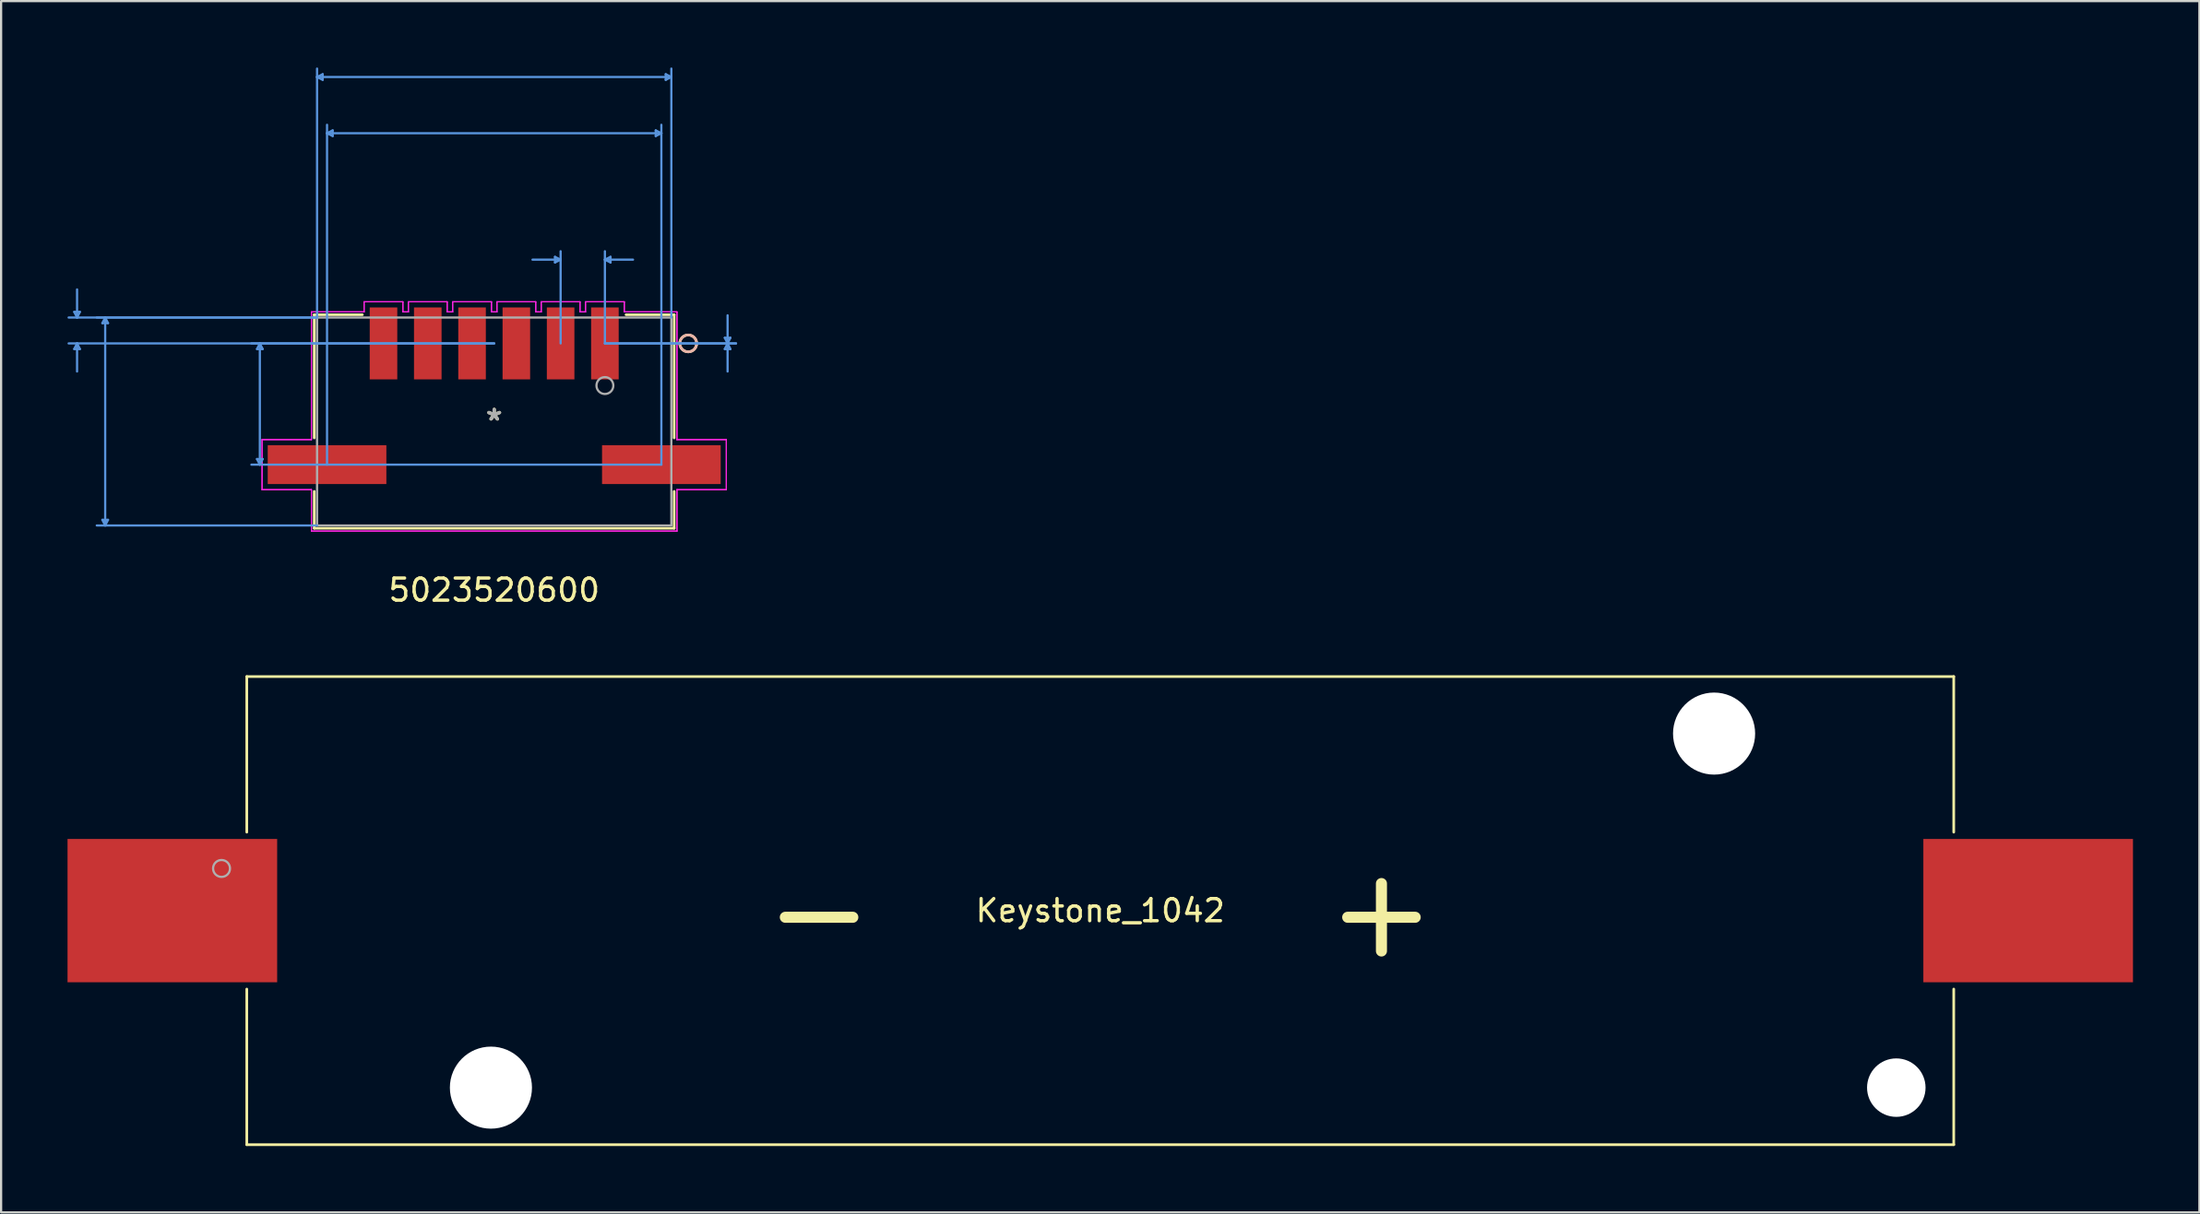
<source format=kicad_pcb>
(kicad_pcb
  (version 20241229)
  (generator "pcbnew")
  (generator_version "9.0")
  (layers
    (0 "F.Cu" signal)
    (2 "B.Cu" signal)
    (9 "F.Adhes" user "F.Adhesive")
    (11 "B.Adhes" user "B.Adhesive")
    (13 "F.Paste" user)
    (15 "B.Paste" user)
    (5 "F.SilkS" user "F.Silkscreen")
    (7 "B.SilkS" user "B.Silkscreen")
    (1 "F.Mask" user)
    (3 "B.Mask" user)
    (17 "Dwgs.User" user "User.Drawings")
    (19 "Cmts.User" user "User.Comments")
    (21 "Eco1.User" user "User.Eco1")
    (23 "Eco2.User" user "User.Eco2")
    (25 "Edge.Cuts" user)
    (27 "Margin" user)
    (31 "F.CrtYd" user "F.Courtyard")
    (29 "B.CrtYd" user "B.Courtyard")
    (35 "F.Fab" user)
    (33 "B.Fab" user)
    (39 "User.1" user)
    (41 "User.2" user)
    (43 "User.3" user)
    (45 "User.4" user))
  (footprint "5023520600"
    (layer "F.Cu")
    (at 19.271 16)
    (property "Reference" "5023520600" (at 0 7.62 0) (layer "F.SilkS") (effects (font (size 1 1) (thickness 0.15))))
    (attr through_hole)
    (fp_line (start -8.128 -4.826) (end -8.128 0.742) (stroke (width 0.12) (type solid)) (layer "F.SilkS"))
    (fp_line (start -8.128 3.16) (end -8.128 4.826) (stroke (width 0.12) (type solid)) (layer "F.SilkS"))
    (fp_line (start -8.128 4.826) (end 8.128 4.826) (stroke (width 0.12) (type solid)) (layer "F.SilkS"))
    (fp_line (start -5.955 -4.826) (end -8.128 -4.826) (stroke (width 0.12) (type solid)) (layer "F.SilkS"))
    (fp_line (start 8.128 -4.826) (end 5.955 -4.826) (stroke (width 0.12) (type solid)) (layer "F.SilkS"))
    (fp_line (start 8.128 0.742) (end 8.128 -4.826) (stroke (width 0.12) (type solid)) (layer "F.SilkS"))
    (fp_line (start 8.128 4.826) (end 8.128 3.16) (stroke (width 0.12) (type solid)) (layer "F.SilkS"))
    (fp_circle (center 8.763 -3.529) (end 9.144 -3.529) (stroke (width 0.12) (type solid)) (fill no) (layer "F.SilkS"))
    (fp_circle (center 8.763 -3.529) (end 9.144 -3.529) (stroke (width 0.12) (type solid)) (fill no) (layer "B.SilkS"))
    (fp_line (start -18.967 -4.953) (end -18.713 -4.953) (stroke (width 0.1) (type solid)) (layer "Cmts.User"))
    (fp_line (start -18.967 -3.275) (end -18.713 -3.275) (stroke (width 0.1) (type solid)) (layer "Cmts.User"))
    (fp_line (start -18.84 -4.699) (end -18.967 -4.953) (stroke (width 0.1) (type solid)) (layer "Cmts.User"))
    (fp_line (start -18.84 -4.699) (end -18.84 -5.969) (stroke (width 0.1) (type solid)) (layer "Cmts.User"))
    (fp_line (start -18.84 -4.699) (end -18.713 -4.953) (stroke (width 0.1) (type solid)) (layer "Cmts.User"))
    (fp_line (start -18.84 -3.529) (end -18.967 -3.275) (stroke (width 0.1) (type solid)) (layer "Cmts.User"))
    (fp_line (start -18.84 -3.529) (end -18.84 -2.259) (stroke (width 0.1) (type solid)) (layer "Cmts.User"))
    (fp_line (start -18.84 -3.529) (end -18.713 -3.275) (stroke (width 0.1) (type solid)) (layer "Cmts.User"))
    (fp_line (start -17.697 -4.445) (end -17.443 -4.445) (stroke (width 0.1) (type solid)) (layer "Cmts.User"))
    (fp_line (start -17.697 4.445) (end -17.443 4.445) (stroke (width 0.1) (type solid)) (layer "Cmts.User"))
    (fp_line (start -17.57 -4.699) (end -17.697 -4.445) (stroke (width 0.1) (type solid)) (layer "Cmts.User"))
    (fp_line (start -17.57 -4.699) (end -17.57 4.699) (stroke (width 0.1) (type solid)) (layer "Cmts.User"))
    (fp_line (start -17.57 -4.699) (end -17.443 -4.445) (stroke (width 0.1) (type solid)) (layer "Cmts.User"))
    (fp_line (start -17.57 4.699) (end -17.697 4.445) (stroke (width 0.1) (type solid)) (layer "Cmts.User"))
    (fp_line (start -17.57 4.699) (end -17.443 4.445) (stroke (width 0.1) (type solid)) (layer "Cmts.User"))
    (fp_line (start -10.712 -3.275) (end -10.458 -3.275) (stroke (width 0.1) (type solid)) (layer "Cmts.User"))
    (fp_line (start -10.712 1.697) (end -10.458 1.697) (stroke (width 0.1) (type solid)) (layer "Cmts.User"))
    (fp_line (start -10.585 -3.529) (end -10.712 -3.275) (stroke (width 0.1) (type solid)) (layer "Cmts.User"))
    (fp_line (start -10.585 -3.529) (end -10.585 1.951) (stroke (width 0.1) (type solid)) (layer "Cmts.User"))
    (fp_line (start -10.585 -3.529) (end -10.458 -3.275) (stroke (width 0.1) (type solid)) (layer "Cmts.User"))
    (fp_line (start -10.585 1.951) (end -10.712 1.697) (stroke (width 0.1) (type solid)) (layer "Cmts.User"))
    (fp_line (start -10.585 1.951) (end -10.458 1.697) (stroke (width 0.1) (type solid)) (layer "Cmts.User"))
    (fp_line (start -8.001 -15.569) (end -7.747 -15.696) (stroke (width 0.1) (type solid)) (layer "Cmts.User"))
    (fp_line (start -8.001 -15.569) (end -7.747 -15.442) (stroke (width 0.1) (type solid)) (layer "Cmts.User"))
    (fp_line (start -8.001 -15.569) (end 8.001 -15.569) (stroke (width 0.1) (type solid)) (layer "Cmts.User"))
    (fp_line (start -8.001 -4.699) (end -19.221 -4.699) (stroke (width 0.1) (type solid)) (layer "Cmts.User"))
    (fp_line (start -8.001 -4.699) (end -17.951 -4.699) (stroke (width 0.1) (type solid)) (layer "Cmts.User"))
    (fp_line (start -8.001 -4.699) (end -8.001 -15.95) (stroke (width 0.1) (type solid)) (layer "Cmts.User"))
    (fp_line (start -8.001 4.699) (end -17.951 4.699) (stroke (width 0.1) (type solid)) (layer "Cmts.User"))
    (fp_line (start -7.747 -15.696) (end -7.747 -15.442) (stroke (width 0.1) (type solid)) (layer "Cmts.User"))
    (fp_line (start -7.55 -13.029) (end -7.296 -13.156) (stroke (width 0.1) (type solid)) (layer "Cmts.User"))
    (fp_line (start -7.55 -13.029) (end -7.296 -12.902) (stroke (width 0.1) (type solid)) (layer "Cmts.User"))
    (fp_line (start -7.55 -13.029) (end 7.55 -13.029) (stroke (width 0.1) (type solid)) (layer "Cmts.User"))
    (fp_line (start -7.55 1.951) (end -7.55 -13.41) (stroke (width 0.1) (type solid)) (layer "Cmts.User"))
    (fp_line (start -7.296 -13.156) (end -7.296 -12.902) (stroke (width 0.1) (type solid)) (layer "Cmts.User"))
    (fp_line (start 0 -3.529) (end -19.221 -3.529) (stroke (width 0.1) (type solid)) (layer "Cmts.User"))
    (fp_line (start 0 -3.529) (end -10.966 -3.529) (stroke (width 0.1) (type solid)) (layer "Cmts.User"))
    (fp_line (start 2.746 -7.441) (end 2.746 -7.187) (stroke (width 0.1) (type solid)) (layer "Cmts.User"))
    (fp_line (start 3 -7.314) (end 1.73 -7.314) (stroke (width 0.1) (type solid)) (layer "Cmts.User"))
    (fp_line (start 3 -7.314) (end 2.746 -7.441) (stroke (width 0.1) (type solid)) (layer "Cmts.User"))
    (fp_line (start 3 -7.314) (end 2.746 -7.187) (stroke (width 0.1) (type solid)) (layer "Cmts.User"))
    (fp_line (start 3 -3.529) (end 3 -7.695) (stroke (width 0.1) (type solid)) (layer "Cmts.User"))
    (fp_line (start 5 -7.314) (end 5.254 -7.441) (stroke (width 0.1) (type solid)) (layer "Cmts.User"))
    (fp_line (start 5 -7.314) (end 5.254 -7.187) (stroke (width 0.1) (type solid)) (layer "Cmts.User"))
    (fp_line (start 5 -7.314) (end 6.27 -7.314) (stroke (width 0.1) (type solid)) (layer "Cmts.User"))
    (fp_line (start 5 -3.529) (end 5 -7.695) (stroke (width 0.1) (type solid)) (layer "Cmts.User"))
    (fp_line (start 5 -3.529) (end 10.922 -3.529) (stroke (width 0.1) (type solid)) (layer "Cmts.User"))
    (fp_line (start 5 -3.529) (end 10.922 -3.529) (stroke (width 0.1) (type solid)) (layer "Cmts.User"))
    (fp_line (start 5.254 -7.441) (end 5.254 -7.187) (stroke (width 0.1) (type solid)) (layer "Cmts.User"))
    (fp_line (start 7.296 -13.156) (end 7.296 -12.902) (stroke (width 0.1) (type solid)) (layer "Cmts.User"))
    (fp_line (start 7.55 -13.029) (end 7.296 -13.156) (stroke (width 0.1) (type solid)) (layer "Cmts.User"))
    (fp_line (start 7.55 -13.029) (end 7.296 -12.902) (stroke (width 0.1) (type solid)) (layer "Cmts.User"))
    (fp_line (start 7.55 1.951) (end -10.966 1.951) (stroke (width 0.1) (type solid)) (layer "Cmts.User"))
    (fp_line (start 7.55 1.951) (end 7.55 -13.41) (stroke (width 0.1) (type solid)) (layer "Cmts.User"))
    (fp_line (start 7.747 -15.696) (end 7.747 -15.442) (stroke (width 0.1) (type solid)) (layer "Cmts.User"))
    (fp_line (start 8.001 -15.569) (end 7.747 -15.696) (stroke (width 0.1) (type solid)) (layer "Cmts.User"))
    (fp_line (start 8.001 -15.569) (end 7.747 -15.442) (stroke (width 0.1) (type solid)) (layer "Cmts.User"))
    (fp_line (start 8.001 -4.699) (end 8.001 -15.95) (stroke (width 0.1) (type solid)) (layer "Cmts.User"))
    (fp_line (start 10.414 -3.783) (end 10.668 -3.783) (stroke (width 0.1) (type solid)) (layer "Cmts.User"))
    (fp_line (start 10.414 -3.275) (end 10.668 -3.275) (stroke (width 0.1) (type solid)) (layer "Cmts.User"))
    (fp_line (start 10.541 -3.529) (end 10.414 -3.783) (stroke (width 0.1) (type solid)) (layer "Cmts.User"))
    (fp_line (start 10.541 -3.529) (end 10.414 -3.275) (stroke (width 0.1) (type solid)) (layer "Cmts.User"))
    (fp_line (start 10.541 -3.529) (end 10.541 -4.799) (stroke (width 0.1) (type solid)) (layer "Cmts.User"))
    (fp_line (start 10.541 -3.529) (end 10.541 -2.259) (stroke (width 0.1) (type solid)) (layer "Cmts.User"))
    (fp_line (start 10.541 -3.529) (end 10.668 -3.783) (stroke (width 0.1) (type solid)) (layer "Cmts.User"))
    (fp_line (start 10.541 -3.529) (end 10.668 -3.275) (stroke (width 0.1) (type solid)) (layer "Cmts.User"))
    (fp_line (start -10.484 0.821) (end -10.484 3.081) (stroke (width 0.05) (type solid)) (layer "F.CrtYd"))
    (fp_line (start -10.484 0.821) (end -10.484 3.081) (stroke (width 0.05) (type solid)) (layer "F.CrtYd"))
    (fp_line (start -10.484 3.081) (end -8.255 3.081) (stroke (width 0.05) (type solid)) (layer "F.CrtYd"))
    (fp_line (start -10.484 3.081) (end -8.255 3.081) (stroke (width 0.05) (type solid)) (layer "F.CrtYd"))
    (fp_line (start -8.255 -4.953) (end -8.255 0.821) (stroke (width 0.05) (type solid)) (layer "F.CrtYd"))
    (fp_line (start -8.255 -4.953) (end -8.255 0.821) (stroke (width 0.05) (type solid)) (layer "F.CrtYd"))
    (fp_line (start -8.255 0.821) (end -10.484 0.821) (stroke (width 0.05) (type solid)) (layer "F.CrtYd"))
    (fp_line (start -8.255 0.821) (end -10.484 0.821) (stroke (width 0.05) (type solid)) (layer "F.CrtYd"))
    (fp_line (start -8.255 3.081) (end -8.255 4.953) (stroke (width 0.05) (type solid)) (layer "F.CrtYd"))
    (fp_line (start -8.255 3.081) (end -8.255 4.953) (stroke (width 0.05) (type solid)) (layer "F.CrtYd"))
    (fp_line (start -8.255 4.953) (end 8.255 4.953) (stroke (width 0.05) (type solid)) (layer "F.CrtYd"))
    (fp_line (start -8.255 4.953) (end 8.255 4.953) (stroke (width 0.05) (type solid)) (layer "F.CrtYd"))
    (fp_line (start -5.876 -5.409) (end -5.876 -4.953) (stroke (width 0.05) (type solid)) (layer "F.CrtYd"))
    (fp_line (start -5.876 -5.409) (end -5.876 -4.953) (stroke (width 0.05) (type solid)) (layer "F.CrtYd"))
    (fp_line (start -5.876 -4.953) (end -8.255 -4.953) (stroke (width 0.05) (type solid)) (layer "F.CrtYd"))
    (fp_line (start -5.876 -4.953) (end -8.255 -4.953) (stroke (width 0.05) (type solid)) (layer "F.CrtYd"))
    (fp_line (start -4.124 -5.409) (end -5.876 -5.409) (stroke (width 0.05) (type solid)) (layer "F.CrtYd"))
    (fp_line (start -4.124 -5.409) (end -5.876 -5.409) (stroke (width 0.05) (type solid)) (layer "F.CrtYd"))
    (fp_line (start -4.124 -4.953) (end -4.124 -5.409) (stroke (width 0.05) (type solid)) (layer "F.CrtYd"))
    (fp_line (start -4.124 -4.953) (end -4.124 -5.409) (stroke (width 0.05) (type solid)) (layer "F.CrtYd"))
    (fp_line (start -3.876 -5.409) (end -3.876 -4.953) (stroke (width 0.05) (type solid)) (layer "F.CrtYd"))
    (fp_line (start -3.876 -5.409) (end -3.876 -4.953) (stroke (width 0.05) (type solid)) (layer "F.CrtYd"))
    (fp_line (start -3.876 -4.953) (end -4.124 -4.953) (stroke (width 0.05) (type solid)) (layer "F.CrtYd"))
    (fp_line (start -3.876 -4.953) (end -4.124 -4.953) (stroke (width 0.05) (type solid)) (layer "F.CrtYd"))
    (fp_line (start -2.124 -5.409) (end -3.876 -5.409) (stroke (width 0.05) (type solid)) (layer "F.CrtYd"))
    (fp_line (start -2.124 -5.409) (end -3.876 -5.409) (stroke (width 0.05) (type solid)) (layer "F.CrtYd"))
    (fp_line (start -2.124 -4.953) (end -2.124 -5.409) (stroke (width 0.05) (type solid)) (layer "F.CrtYd"))
    (fp_line (start -2.124 -4.953) (end -2.124 -5.409) (stroke (width 0.05) (type solid)) (layer "F.CrtYd"))
    (fp_line (start -1.876 -5.409) (end -1.876 -4.953) (stroke (width 0.05) (type solid)) (layer "F.CrtYd"))
    (fp_line (start -1.876 -5.409) (end -1.876 -4.953) (stroke (width 0.05) (type solid)) (layer "F.CrtYd"))
    (fp_line (start -1.876 -4.953) (end -2.124 -4.953) (stroke (width 0.05) (type solid)) (layer "F.CrtYd"))
    (fp_line (start -1.876 -4.953) (end -2.124 -4.953) (stroke (width 0.05) (type solid)) (layer "F.CrtYd"))
    (fp_line (start -0.124 -5.409) (end -1.876 -5.409) (stroke (width 0.05) (type solid)) (layer "F.CrtYd"))
    (fp_line (start -0.124 -5.409) (end -1.876 -5.409) (stroke (width 0.05) (type solid)) (layer "F.CrtYd"))
    (fp_line (start -0.124 -4.953) (end -0.124 -5.409) (stroke (width 0.05) (type solid)) (layer "F.CrtYd"))
    (fp_line (start -0.124 -4.953) (end -0.124 -5.409) (stroke (width 0.05) (type solid)) (layer "F.CrtYd"))
    (fp_line (start 0.124 -5.409) (end 0.124 -4.953) (stroke (width 0.05) (type solid)) (layer "F.CrtYd"))
    (fp_line (start 0.124 -5.409) (end 0.124 -4.953) (stroke (width 0.05) (type solid)) (layer "F.CrtYd"))
    (fp_line (start 0.124 -4.953) (end -0.124 -4.953) (stroke (width 0.05) (type solid)) (layer "F.CrtYd"))
    (fp_line (start 0.124 -4.953) (end -0.124 -4.953) (stroke (width 0.05) (type solid)) (layer "F.CrtYd"))
    (fp_line (start 1.876 -5.409) (end 0.124 -5.409) (stroke (width 0.05) (type solid)) (layer "F.CrtYd"))
    (fp_line (start 1.876 -5.409) (end 0.124 -5.409) (stroke (width 0.05) (type solid)) (layer "F.CrtYd"))
    (fp_line (start 1.876 -4.953) (end 1.876 -5.409) (stroke (width 0.05) (type solid)) (layer "F.CrtYd"))
    (fp_line (start 1.876 -4.953) (end 1.876 -5.409) (stroke (width 0.05) (type solid)) (layer "F.CrtYd"))
    (fp_line (start 2.124 -5.409) (end 2.124 -4.953) (stroke (width 0.05) (type solid)) (layer "F.CrtYd"))
    (fp_line (start 2.124 -5.409) (end 2.124 -4.953) (stroke (width 0.05) (type solid)) (layer "F.CrtYd"))
    (fp_line (start 2.124 -4.953) (end 1.876 -4.953) (stroke (width 0.05) (type solid)) (layer "F.CrtYd"))
    (fp_line (start 2.124 -4.953) (end 1.876 -4.953) (stroke (width 0.05) (type solid)) (layer "F.CrtYd"))
    (fp_line (start 3.876 -5.409) (end 2.124 -5.409) (stroke (width 0.05) (type solid)) (layer "F.CrtYd"))
    (fp_line (start 3.876 -5.409) (end 2.124 -5.409) (stroke (width 0.05) (type solid)) (layer "F.CrtYd"))
    (fp_line (start 3.876 -4.953) (end 3.876 -5.409) (stroke (width 0.05) (type solid)) (layer "F.CrtYd"))
    (fp_line (start 3.876 -4.953) (end 3.876 -5.409) (stroke (width 0.05) (type solid)) (layer "F.CrtYd"))
    (fp_line (start 4.124 -5.409) (end 4.124 -4.953) (stroke (width 0.05) (type solid)) (layer "F.CrtYd"))
    (fp_line (start 4.124 -5.409) (end 4.124 -4.953) (stroke (width 0.05) (type solid)) (layer "F.CrtYd"))
    (fp_line (start 4.124 -4.953) (end 3.876 -4.953) (stroke (width 0.05) (type solid)) (layer "F.CrtYd"))
    (fp_line (start 4.124 -4.953) (end 3.876 -4.953) (stroke (width 0.05) (type solid)) (layer "F.CrtYd"))
    (fp_line (start 5.876 -5.409) (end 4.124 -5.409) (stroke (width 0.05) (type solid)) (layer "F.CrtYd"))
    (fp_line (start 5.876 -5.409) (end 4.124 -5.409) (stroke (width 0.05) (type solid)) (layer "F.CrtYd"))
    (fp_line (start 5.876 -4.953) (end 5.876 -5.409) (stroke (width 0.05) (type solid)) (layer "F.CrtYd"))
    (fp_line (start 5.876 -4.953) (end 5.876 -5.409) (stroke (width 0.05) (type solid)) (layer "F.CrtYd"))
    (fp_line (start 8.255 -4.953) (end 5.876 -4.953) (stroke (width 0.05) (type solid)) (layer "F.CrtYd"))
    (fp_line (start 8.255 -4.953) (end 5.876 -4.953) (stroke (width 0.05) (type solid)) (layer "F.CrtYd"))
    (fp_line (start 8.255 0.821) (end 8.255 -4.953) (stroke (width 0.05) (type solid)) (layer "F.CrtYd"))
    (fp_line (start 8.255 0.821) (end 8.255 -4.953) (stroke (width 0.05) (type solid)) (layer "F.CrtYd"))
    (fp_line (start 8.255 3.081) (end 10.484 3.081) (stroke (width 0.05) (type solid)) (layer "F.CrtYd"))
    (fp_line (start 8.255 3.081) (end 10.484 3.081) (stroke (width 0.05) (type solid)) (layer "F.CrtYd"))
    (fp_line (start 8.255 4.953) (end 8.255 3.081) (stroke (width 0.05) (type solid)) (layer "F.CrtYd"))
    (fp_line (start 8.255 4.953) (end 8.255 3.081) (stroke (width 0.05) (type solid)) (layer "F.CrtYd"))
    (fp_line (start 10.484 0.821) (end 8.255 0.821) (stroke (width 0.05) (type solid)) (layer "F.CrtYd"))
    (fp_line (start 10.484 0.821) (end 8.255 0.821) (stroke (width 0.05) (type solid)) (layer "F.CrtYd"))
    (fp_line (start 10.484 3.081) (end 10.484 0.821) (stroke (width 0.05) (type solid)) (layer "F.CrtYd"))
    (fp_line (start 10.484 3.081) (end 10.484 0.821) (stroke (width 0.05) (type solid)) (layer "F.CrtYd"))
    (fp_line (start -8.001 -4.699) (end -8.001 4.699) (stroke (width 0.1) (type solid)) (layer "F.Fab"))
    (fp_line (start -8.001 4.699) (end 8.001 4.699) (stroke (width 0.1) (type solid)) (layer "F.Fab"))
    (fp_line (start 8.001 -4.699) (end -8.001 -4.699) (stroke (width 0.1) (type solid)) (layer "F.Fab"))
    (fp_line (start 8.001 4.699) (end 8.001 -4.699) (stroke (width 0.1) (type solid)) (layer "F.Fab"))
    (fp_circle (center 5 -1.624) (end 5.381 -1.624) (stroke (width 0.1) (type solid)) (fill no) (layer "F.Fab"))
    (fp_text user "*" (at 0 0 0) (layer "F.SilkS") (effects (font (size 1 1) (thickness 0.15))))
    (fp_text user "Copyright 2021 Accelerated Designs. All rights reserved." (at 0 0 0) (layer "Cmts.User") (effects (font (size 0.127 0.127) (thickness 0.002))))
    (fp_text user "*" (at 0 0 0) (layer "F.Fab") (effects (font (size 1 1) (thickness 0.15))))
    (pad "1" smd rect (at 5 -3.529) (size 1.245 3.251) (layers "F.Cu" "F.Mask" "F.Paste"))
    (pad "2" smd rect (at 3 -3.529) (size 1.245 3.251) (layers "F.Cu" "F.Mask" "F.Paste"))
    (pad "3" smd rect (at 1 -3.529) (size 1.245 3.251) (layers "F.Cu" "F.Mask" "F.Paste"))
    (pad "4" smd rect (at -1 -3.529) (size 1.245 3.251) (layers "F.Cu" "F.Mask" "F.Paste"))
    (pad "5" smd rect (at -3 -3.529) (size 1.245 3.251) (layers "F.Cu" "F.Mask" "F.Paste"))
    (pad "6" smd rect (at -5 -3.529) (size 1.245 3.251) (layers "F.Cu" "F.Mask" "F.Paste"))
    (pad "7" smd rect (at -7.55 1.951 90) (size 1.753 5.359) (layers "F.Cu" "F.Mask" "F.Paste"))
    (pad "8" smd rect (at 7.55 1.951 90) (size 1.753 5.359) (layers "F.Cu" "F.Mask" "F.Paste")))
  (footprint "Keystone_1042"
    (layer "F.Cu")
    (at 46.644 38.107)
    (property "Reference" "Keystone_1042" (at 0 0 0) (layer "F.SilkS") (effects (font (size 1 1) (thickness 0.15))))
    (attr through_hole)
    (fp_line (start -38.548 -10.579) (end -38.548 -3.546) (stroke (width 0.12) (type solid)) (layer "F.SilkS"))
    (fp_line (start -38.548 10.579) (end -38.548 3.546) (stroke (width 0.12) (type solid)) (layer "F.SilkS"))
    (fp_line (start -38.548 10.579) (end 38.548 10.579) (stroke (width 0.12) (type solid)) (layer "F.SilkS"))
    (fp_line (start 38.548 -10.579) (end -38.548 -10.579) (stroke (width 0.12) (type solid)) (layer "F.SilkS"))
    (fp_line (start 38.548 -3.546) (end 38.548 -10.579) (stroke (width 0.12) (type solid)) (layer "F.SilkS"))
    (fp_line (start 38.548 10.579) (end 38.548 3.546) (stroke (width 0.12) (type solid)) (layer "F.SilkS"))
    (fp_circle (center -39.688 -1.905) (end -39.306 -1.905) (stroke (width 0.1) (type solid)) (fill no) (layer "F.Fab"))
    (fp_text user "-" (at -12.7 0 0) (layer "F.SilkS") (effects (font (size 4 4) (thickness 0.5))))
    (fp_text user "+" (at 12.7 0 0) (layer "F.SilkS") (effects (font (size 4 4) (thickness 0.5))))
    (fp_text user "Copyright 2021 Accelerated Designs. All rights reserved." (at 0 0 0) (layer "Cmts.User") (effects (font (size 0.127 0.127) (thickness 0.002))))
    (pad "" np_thru_hole circle (at -27.521 8.001) (size 3.708 3.708) (drill 3.708) (layers "*.Cu" "*.Mask"))
    (pad "" np_thru_hole circle (at 27.724 -8.001) (size 3.708 3.708) (drill 3.708) (layers "*.Cu" "*.Mask"))
    (pad "" np_thru_hole circle (at 35.954 8.001) (size 2.642 2.642) (drill 2.642) (layers "*.Cu" "*.Mask"))
    (pad "1" smd rect (at -41.91 0) (size 9.468 6.477) (layers "F.Cu" "F.Mask" "F.Paste"))
    (pad "2" smd rect (at 41.91 0) (size 9.468 6.477) (layers "F.Cu" "F.Mask" "F.Paste")))
  (gr_rect
    (start -3 -3)
    (end 96.288 51.746)
    (stroke (width 0.1) (type default))
    (fill no)
    (layer "Edge.Cuts")))
</source>
